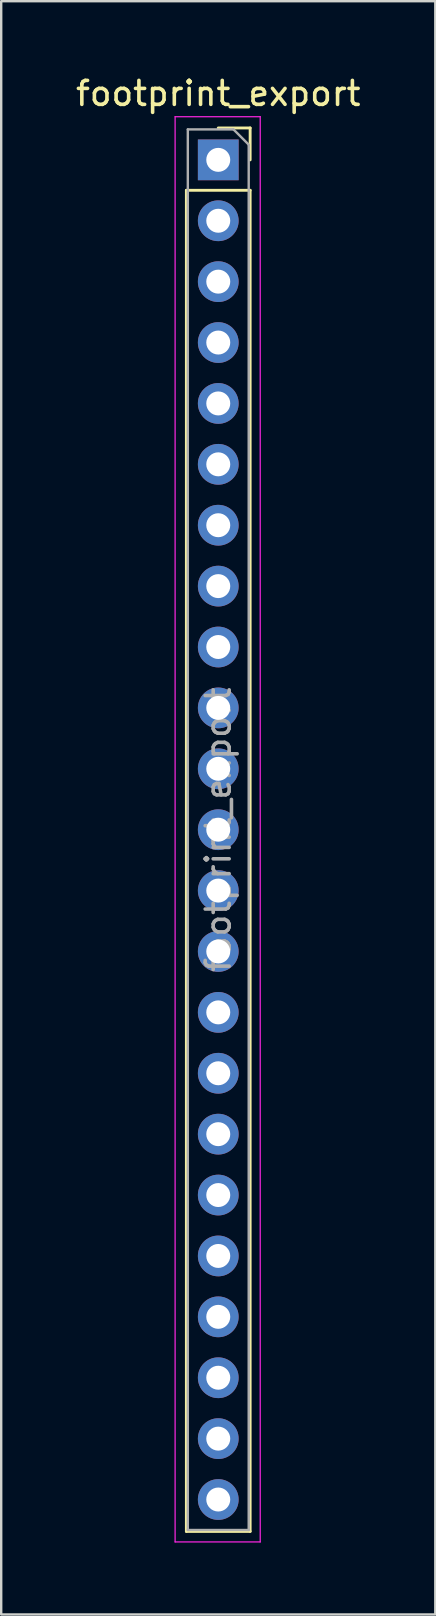
<source format=kicad_pcb>
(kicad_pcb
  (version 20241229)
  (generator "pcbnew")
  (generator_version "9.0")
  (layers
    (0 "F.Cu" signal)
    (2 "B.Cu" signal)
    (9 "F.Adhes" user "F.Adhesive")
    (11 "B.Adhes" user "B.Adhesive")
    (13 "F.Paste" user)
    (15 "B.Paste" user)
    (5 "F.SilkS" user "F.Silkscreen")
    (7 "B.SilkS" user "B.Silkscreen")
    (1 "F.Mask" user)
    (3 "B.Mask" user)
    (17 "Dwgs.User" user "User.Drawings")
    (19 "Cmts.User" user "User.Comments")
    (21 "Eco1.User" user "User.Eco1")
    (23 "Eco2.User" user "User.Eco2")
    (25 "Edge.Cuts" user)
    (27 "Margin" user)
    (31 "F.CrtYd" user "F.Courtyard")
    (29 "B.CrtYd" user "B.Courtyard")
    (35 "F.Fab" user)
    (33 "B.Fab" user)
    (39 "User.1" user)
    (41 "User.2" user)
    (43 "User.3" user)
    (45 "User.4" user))
  (footprint "footprint_export"
    (layer "F.Cu")
    (at 6.054 3.618)
    (property "Reference" "footprint_export" (at 0 -2.77 0) (layer "F.SilkS") (effects (font (size 1 1) (thickness 0.15))))
    (attr through_hole)
    (fp_line (start -1.33 1.27) (end -1.33 57.21) (stroke (width 0.12) (type solid)) (layer "F.SilkS"))
    (fp_line (start -1.33 1.27) (end 1.33 1.27) (stroke (width 0.12) (type solid)) (layer "F.SilkS"))
    (fp_line (start -1.33 57.21) (end 1.33 57.21) (stroke (width 0.12) (type solid)) (layer "F.SilkS"))
    (fp_line (start 0 -1.33) (end 1.33 -1.33) (stroke (width 0.12) (type solid)) (layer "F.SilkS"))
    (fp_line (start 1.33 -1.33) (end 1.33 0) (stroke (width 0.12) (type solid)) (layer "F.SilkS"))
    (fp_line (start 1.33 1.27) (end 1.33 57.21) (stroke (width 0.12) (type solid)) (layer "F.SilkS"))
    (fp_line (start -1.8 -1.8) (end 1.75 -1.8) (stroke (width 0.05) (type solid)) (layer "F.CrtYd"))
    (fp_line (start -1.8 57.65) (end -1.8 -1.8) (stroke (width 0.05) (type solid)) (layer "F.CrtYd"))
    (fp_line (start 1.75 -1.8) (end 1.75 57.65) (stroke (width 0.05) (type solid)) (layer "F.CrtYd"))
    (fp_line (start 1.75 57.65) (end -1.8 57.65) (stroke (width 0.05) (type solid)) (layer "F.CrtYd"))
    (fp_line (start -1.27 -1.27) (end 0.635 -1.27) (stroke (width 0.1) (type solid)) (layer "F.Fab"))
    (fp_line (start -1.27 57.15) (end -1.27 -1.27) (stroke (width 0.1) (type solid)) (layer "F.Fab"))
    (fp_line (start 0.635 -1.27) (end 1.27 -0.635) (stroke (width 0.1) (type solid)) (layer "F.Fab"))
    (fp_line (start 1.27 -0.635) (end 1.27 57.15) (stroke (width 0.1) (type solid)) (layer "F.Fab"))
    (fp_line (start 1.27 57.15) (end -1.27 57.15) (stroke (width 0.1) (type solid)) (layer "F.Fab"))
    (fp_text user "${REFERENCE}" (at 0 27.94 90) (layer "F.Fab") (effects (font (size 1 1) (thickness 0.15))))
    (pad "1" thru_hole rect (at 0 0) (size 1.7 1.7) (drill 1) (layers "*.Cu" "*.Mask"))
    (pad "2" thru_hole oval (at 0 2.54) (size 1.7 1.7) (drill 1) (layers "*.Cu" "*.Mask"))
    (pad "3" thru_hole oval (at 0 5.08) (size 1.7 1.7) (drill 1) (layers "*.Cu" "*.Mask"))
    (pad "4" thru_hole oval (at 0 7.62) (size 1.7 1.7) (drill 1) (layers "*.Cu" "*.Mask"))
    (pad "5" thru_hole oval (at 0 10.16) (size 1.7 1.7) (drill 1) (layers "*.Cu" "*.Mask"))
    (pad "6" thru_hole oval (at 0 12.7) (size 1.7 1.7) (drill 1) (layers "*.Cu" "*.Mask"))
    (pad "7" thru_hole oval (at 0 15.24) (size 1.7 1.7) (drill 1) (layers "*.Cu" "*.Mask"))
    (pad "8" thru_hole oval (at 0 17.78) (size 1.7 1.7) (drill 1) (layers "*.Cu" "*.Mask"))
    (pad "9" thru_hole oval (at 0 20.32) (size 1.7 1.7) (drill 1) (layers "*.Cu" "*.Mask"))
    (pad "10" thru_hole oval (at 0 22.86) (size 1.7 1.7) (drill 1) (layers "*.Cu" "*.Mask"))
    (pad "11" thru_hole oval (at 0 25.4) (size 1.7 1.7) (drill 1) (layers "*.Cu" "*.Mask"))
    (pad "12" thru_hole oval (at 0 27.94) (size 1.7 1.7) (drill 1) (layers "*.Cu" "*.Mask"))
    (pad "13" thru_hole oval (at 0 30.48) (size 1.7 1.7) (drill 1) (layers "*.Cu" "*.Mask"))
    (pad "14" thru_hole oval (at 0 33.02) (size 1.7 1.7) (drill 1) (layers "*.Cu" "*.Mask"))
    (pad "15" thru_hole oval (at 0 35.56) (size 1.7 1.7) (drill 1) (layers "*.Cu" "*.Mask"))
    (pad "16" thru_hole oval (at 0 38.1) (size 1.7 1.7) (drill 1) (layers "*.Cu" "*.Mask"))
    (pad "17" thru_hole oval (at 0 40.64) (size 1.7 1.7) (drill 1) (layers "*.Cu" "*.Mask"))
    (pad "18" thru_hole oval (at 0 43.18) (size 1.7 1.7) (drill 1) (layers "*.Cu" "*.Mask"))
    (pad "19" thru_hole oval (at 0 45.72) (size 1.7 1.7) (drill 1) (layers "*.Cu" "*.Mask"))
    (pad "20" thru_hole oval (at 0 48.26) (size 1.7 1.7) (drill 1) (layers "*.Cu" "*.Mask"))
    (pad "21" thru_hole oval (at 0 50.8) (size 1.7 1.7) (drill 1) (layers "*.Cu" "*.Mask"))
    (pad "22" thru_hole oval (at 0 53.34) (size 1.7 1.7) (drill 1) (layers "*.Cu" "*.Mask"))
    (pad "23" thru_hole oval (at 0 55.88) (size 1.7 1.7) (drill 1) (layers "*.Cu" "*.Mask")))
  (gr_rect
    (start -3 -3)
    (end 15.107 64.293)
    (stroke (width 0.1) (type default))
    (fill no)
    (layer "Edge.Cuts")))
</source>
